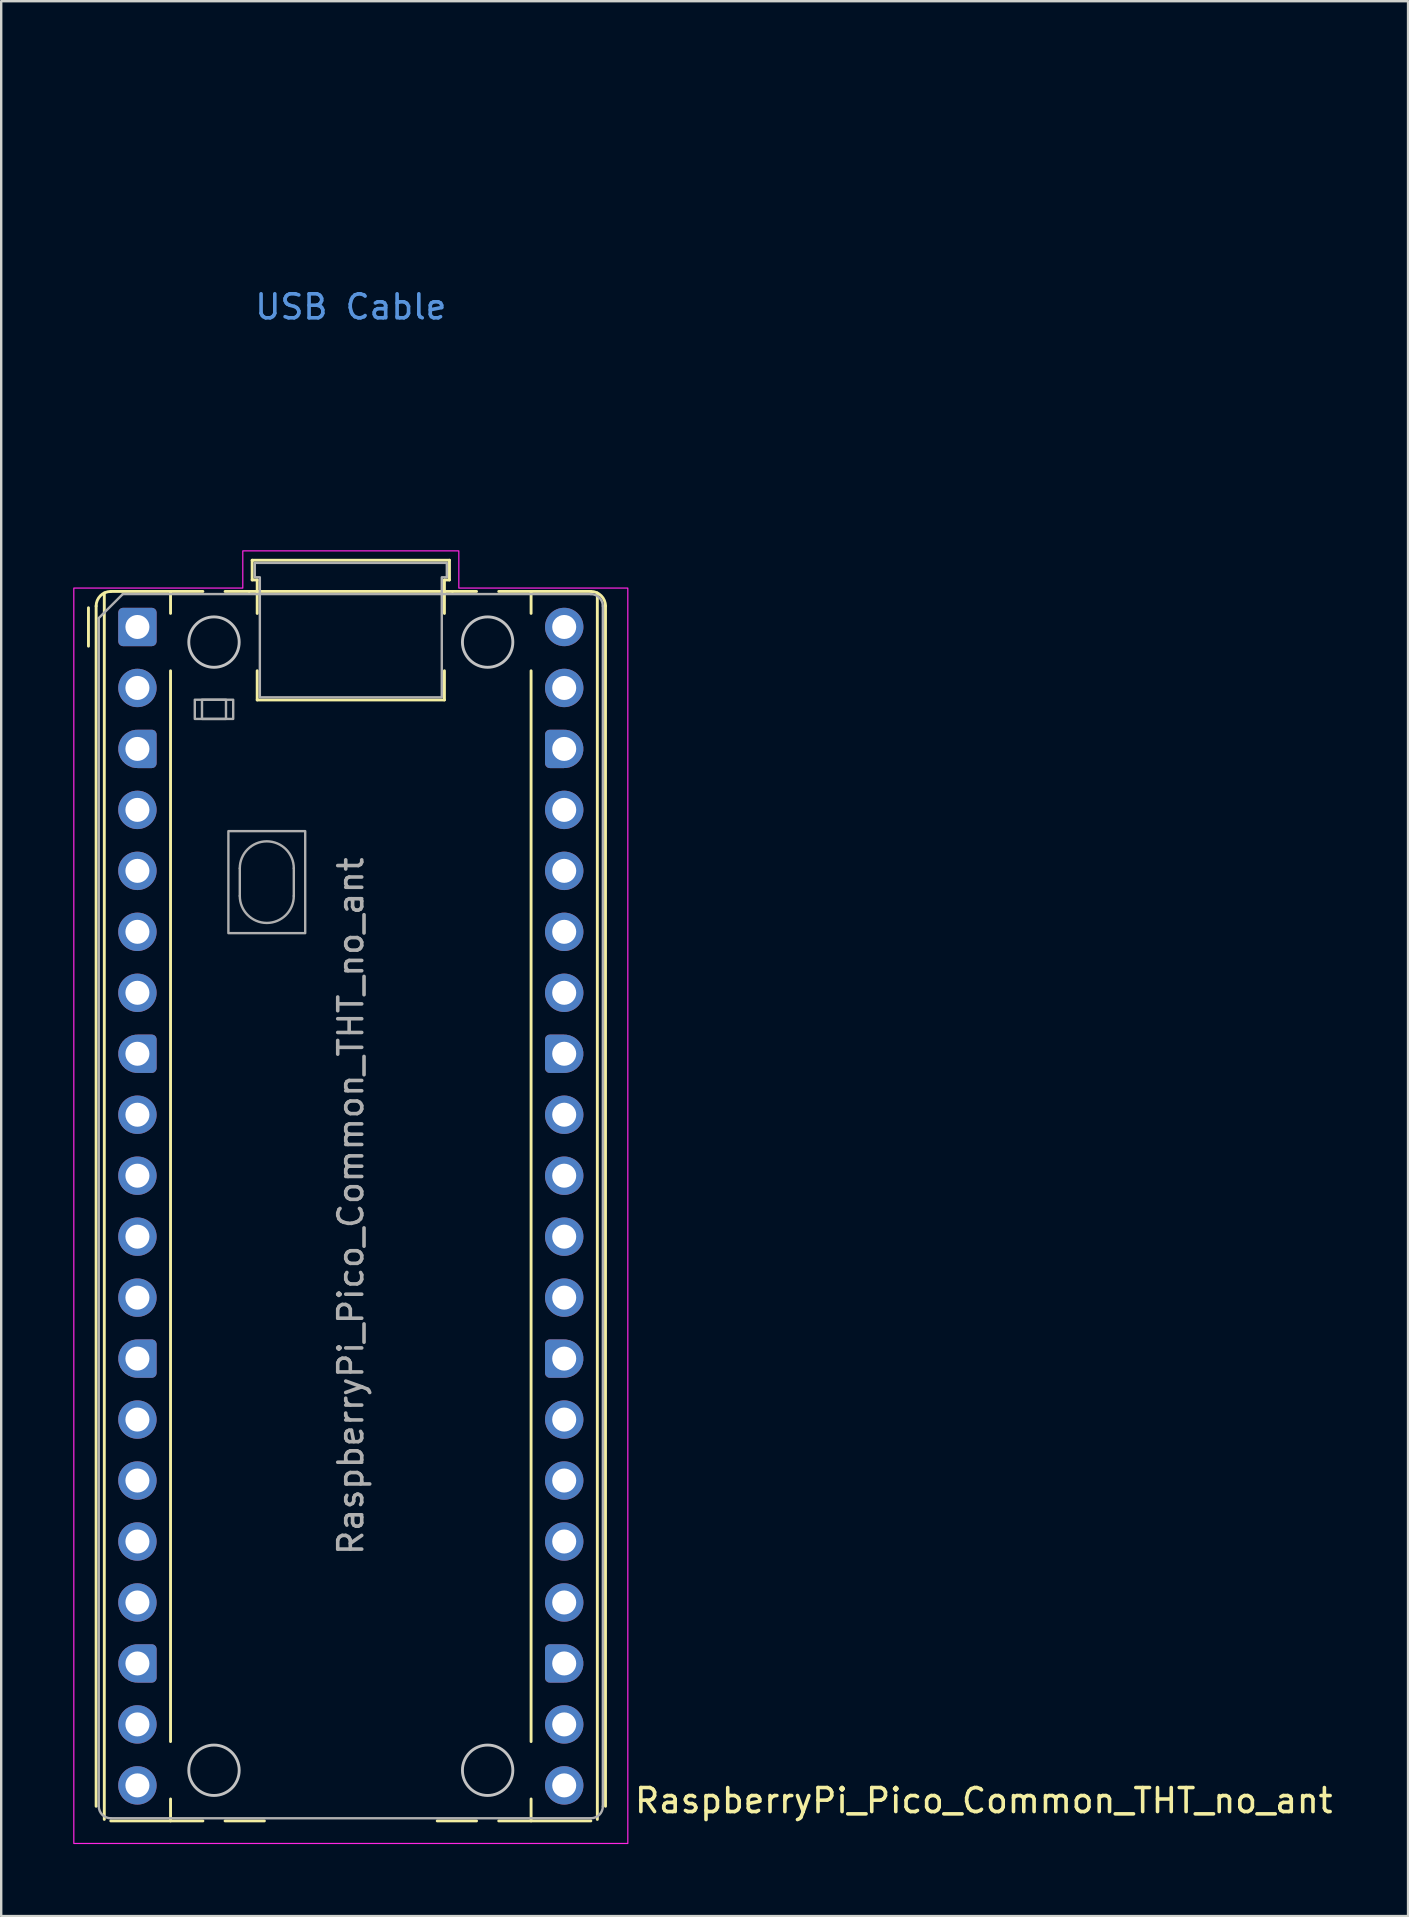
<source format=kicad_pcb>
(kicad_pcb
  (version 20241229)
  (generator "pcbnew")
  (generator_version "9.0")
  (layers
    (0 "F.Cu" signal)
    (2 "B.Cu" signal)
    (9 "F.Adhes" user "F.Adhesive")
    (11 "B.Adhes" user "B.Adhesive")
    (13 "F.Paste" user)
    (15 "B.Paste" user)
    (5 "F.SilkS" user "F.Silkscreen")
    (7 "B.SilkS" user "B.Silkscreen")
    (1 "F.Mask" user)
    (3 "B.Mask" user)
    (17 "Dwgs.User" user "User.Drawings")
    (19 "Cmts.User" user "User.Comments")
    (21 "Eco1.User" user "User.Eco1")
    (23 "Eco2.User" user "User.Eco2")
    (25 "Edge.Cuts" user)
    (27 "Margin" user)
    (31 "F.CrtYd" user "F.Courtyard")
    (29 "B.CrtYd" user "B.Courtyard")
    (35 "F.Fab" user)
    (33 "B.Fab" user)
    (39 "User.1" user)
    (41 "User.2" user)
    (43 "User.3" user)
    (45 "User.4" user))
  (footprint "RaspberryPi_Pico_Common_THT_no_ant"
    (layer "F.Cu")
    (at 2.675 23.07)
    (property "Reference" "RaspberryPi_Pico_Common_THT_no_ant" (at 20.637 48.895 0) (unlocked yes) (layer "F.SilkS") (effects (font (size 1 1) (thickness 0.15)) (justify left)))
    (attr through_hole)
    (fp_line (start -2.04 0.8) (end -2.04 -0.8) (stroke (width 0.12) (type solid)) (layer "F.SilkS"))
    (fp_line (start -1.72 -0.87) (end -1.72 49.13) (stroke (width 0.12) (type solid)) (layer "F.SilkS"))
    (fp_line (start -1.38 -1.417) (end -1.38 49.677) (stroke (width 0.12) (type solid)) (layer "F.SilkS"))
    (fp_line (start -1.11 -1.48) (end 1.38 -1.48) (stroke (width 0.12) (type solid)) (layer "F.SilkS"))
    (fp_line (start -1.11 49.74) (end 2.728 49.74) (stroke (width 0.12) (type solid)) (layer "F.SilkS"))
    (fp_line (start 1.38 -1.48) (end 1.38 -0.566) (stroke (width 0.12) (type solid)) (layer "F.SilkS"))
    (fp_line (start 1.38 -1.48) (end 2.728 -1.48) (stroke (width 0.12) (type solid)) (layer "F.SilkS"))
    (fp_line (start 1.38 1.826) (end 1.38 46.434) (stroke (width 0.12) (type solid)) (layer "F.SilkS"))
    (fp_line (start 1.38 48.826) (end 1.38 49.74) (stroke (width 0.12) (type solid)) (layer "F.SilkS"))
    (fp_line (start 3.652 -1.48) (end 4.655 -1.48) (stroke (width 0.12) (type solid)) (layer "F.SilkS"))
    (fp_line (start 4.655 -1.48) (end 13.125 -1.48) (stroke (width 0.12) (type solid)) (layer "F.SilkS"))
    (fp_line (start 4.78 -2.78) (end 4.78 -1.96) (stroke (width 0.12) (type solid)) (layer "F.SilkS"))
    (fp_line (start 4.78 -2.78) (end 13 -2.78) (stroke (width 0.12) (type solid)) (layer "F.SilkS"))
    (fp_line (start 4.78 -1.96) (end 4.99 -1.96) (stroke (width 0.12) (type solid)) (layer "F.SilkS"))
    (fp_line (start 4.99 -1.96) (end 4.99 -0.564) (stroke (width 0.12) (type solid)) (layer "F.SilkS"))
    (fp_line (start 4.99 1.824) (end 4.99 3.04) (stroke (width 0.12) (type solid)) (layer "F.SilkS"))
    (fp_line (start 5.29 49.74) (end 3.652 49.74) (stroke (width 0.12) (type solid)) (layer "F.SilkS"))
    (fp_line (start 12.79 -1.96) (end 12.79 -0.564) (stroke (width 0.12) (type solid)) (layer "F.SilkS"))
    (fp_line (start 12.79 1.824) (end 12.79 3.04) (stroke (width 0.12) (type solid)) (layer "F.SilkS"))
    (fp_line (start 12.79 3.04) (end 4.99 3.04) (stroke (width 0.12) (type solid)) (layer "F.SilkS"))
    (fp_line (start 13 -2.78) (end 13 -1.96) (stroke (width 0.12) (type solid)) (layer "F.SilkS"))
    (fp_line (start 13 -1.96) (end 12.79 -1.96) (stroke (width 0.12) (type solid)) (layer "F.SilkS"))
    (fp_line (start 13.125 -1.48) (end 14.128 -1.48) (stroke (width 0.12) (type solid)) (layer "F.SilkS"))
    (fp_line (start 14.128 49.74) (end 12.49 49.74) (stroke (width 0.12) (type solid)) (layer "F.SilkS"))
    (fp_line (start 15.052 -1.48) (end 16.4 -1.48) (stroke (width 0.12) (type solid)) (layer "F.SilkS"))
    (fp_line (start 15.052 49.74) (end 18.89 49.74) (stroke (width 0.12) (type solid)) (layer "F.SilkS"))
    (fp_line (start 16.4 -1.48) (end 16.4 -0.566) (stroke (width 0.12) (type solid)) (layer "F.SilkS"))
    (fp_line (start 16.4 1.826) (end 16.4 46.434) (stroke (width 0.12) (type solid)) (layer "F.SilkS"))
    (fp_line (start 16.4 48.826) (end 16.4 49.74) (stroke (width 0.12) (type solid)) (layer "F.SilkS"))
    (fp_line (start 18.89 -1.48) (end 16.4 -1.48) (stroke (width 0.12) (type solid)) (layer "F.SilkS"))
    (fp_line (start 19.16 49.677) (end 19.16 -1.417) (stroke (width 0.12) (type solid)) (layer "F.SilkS"))
    (fp_line (start 19.5 -0.87) (end 19.5 49.13) (stroke (width 0.12) (type solid)) (layer "F.SilkS"))
    (fp_arc (start -1.72 -0.87) (mid -1.541335 -1.301335) (end -1.11 -1.48) (stroke (width 0.12) (type solid)) (layer "F.SilkS"))
    (fp_arc (start 18.89 -1.48) (mid 19.321335 -1.301335) (end 19.5 -0.87) (stroke (width 0.12) (type solid)) (layer "F.SilkS"))
    (fp_circle (center 3.19 0.63) (end 4.24 0.63) (stroke (width 0.12) (type solid)) (fill no) (layer "Dwgs.User"))
    (fp_circle (center 3.19 47.63) (end 4.24 47.63) (stroke (width 0.12) (type solid)) (fill no) (layer "Dwgs.User"))
    (fp_circle (center 14.59 0.63) (end 15.64 0.63) (stroke (width 0.12) (type solid)) (fill no) (layer "Dwgs.User"))
    (fp_circle (center 14.59 47.63) (end 15.64 47.63) (stroke (width 0.12) (type solid)) (fill no) (layer "Dwgs.User"))
    (fp_poly (pts (xy 4.39 -3.17) (xy 13.39 -3.17) (xy 13.39 -1.62) (xy 20.43 -1.62) (xy 20.43 50.68) (xy -2.65 50.68) (xy -2.65 -1.62) (xy 4.39 -1.62)) (stroke (width 0.05) (type solid)) (fill no) (layer "F.CrtYd"))
    (fp_line (start -1.61 -0.37) (end -0.61 -1.37) (stroke (width 0.1) (type solid)) (layer "F.Fab"))
    (fp_line (start -1.61 49.13) (end -1.61 -0.37) (stroke (width 0.1) (type solid)) (layer "F.Fab"))
    (fp_line (start -0.61 -1.37) (end 18.89 -1.37) (stroke (width 0.1) (type solid)) (layer "F.Fab"))
    (fp_line (start 4.265 10.055) (end 4.265 11.205) (stroke (width 0.1) (type solid)) (layer "F.Fab"))
    (fp_line (start 6.515 10.055) (end 6.515 11.205) (stroke (width 0.1) (type solid)) (layer "F.Fab"))
    (fp_line (start 18.89 49.63) (end -1.11 49.63) (stroke (width 0.1) (type solid)) (layer "F.Fab"))
    (fp_line (start 19.39 -0.87) (end 19.39 49.13) (stroke (width 0.1) (type solid)) (layer "F.Fab"))
    (fp_rect (start 2.39 3.03) (end 3.99 3.83) (stroke (width 0.1) (type solid)) (fill no) (layer "F.Fab"))
    (fp_rect (start 2.69 3.03) (end 3.69 3.83) (stroke (width 0.1) (type solid)) (fill no) (layer "F.Fab"))
    (fp_rect (start 3.79 8.505) (end 6.99 12.755) (stroke (width 0.1) (type solid)) (fill no) (layer "F.Fab"))
    (fp_arc (start -1.11 49.63) (mid -1.463553 49.483553) (end -1.61 49.13) (stroke (width 0.1) (type solid)) (layer "F.Fab"))
    (fp_arc (start 4.265 10.055) (mid 5.39 8.93) (end 6.515 10.055) (stroke (width 0.1) (type solid)) (layer "F.Fab"))
    (fp_arc (start 6.515 11.205) (mid 5.39 12.33) (end 4.265 11.205) (stroke (width 0.1) (type solid)) (layer "F.Fab"))
    (fp_arc (start 18.89 -1.37) (mid 19.243553 -1.223553) (end 19.39 -0.87) (stroke (width 0.1) (type solid)) (layer "F.Fab"))
    (fp_arc (start 19.39 49.13) (mid 19.243553 49.483553) (end 18.89 49.63) (stroke (width 0.1) (type solid)) (layer "F.Fab"))
    (fp_poly (pts (xy 12.68 2.93) (xy 12.68 -2.07) (xy 12.89 -2.07) (xy 12.89 -2.67) (xy 4.89 -2.67) (xy 4.89 -2.07) (xy 5.1 -2.07) (xy 5.1 2.93)) (stroke (width 0.1) (type solid)) (fill no) (layer "F.Fab"))
    (fp_text user "USB Cable" (at 8.89 -13.335 0) (unlocked yes) (layer "Cmts.User") (effects (font (size 1 1) (thickness 0.15))))
    (fp_text user "${REFERENCE}" (at 8.89 24.13 90) (layer "F.Fab") (effects (font (size 1 1) (thickness 0.15))))
    (pad "1" thru_hole roundrect (at 0 0) (size 1.6 1.6) (drill 1) (layers "*.Cu" "*.Mask") (roundrect_rratio 0.125))
    (pad "2" thru_hole circle (at 0 2.54) (size 1.6 1.6) (drill 1) (layers "*.Cu" "*.Mask"))
    (pad "3" thru_hole custom (at 0 5.08) (size 1.6 1.6) (drill 1) (layers "*.Cu" "*.Mask") (options (anchor circle)) (primitives (gr_poly (pts (xy 0.8 0.6) (xy 0.8 -0.6) (xy 0.6 -0.8) (xy 0 -0.8) (xy 0 0.8) (xy 0.6 0.8)) (width 0) (fill yes)) (gr_circle (center 0.6 0.6) (end 0.8 0.6) (width 0) (fill yes)) (gr_circle (center 0.6 -0.6) (end 0.8 -0.6) (width 0) (fill yes))))
    (pad "4" thru_hole circle (at 0 7.62) (size 1.6 1.6) (drill 1) (layers "*.Cu" "*.Mask"))
    (pad "5" thru_hole circle (at 0 10.16) (size 1.6 1.6) (drill 1) (layers "*.Cu" "*.Mask"))
    (pad "6" thru_hole circle (at 0 12.7) (size 1.6 1.6) (drill 1) (layers "*.Cu" "*.Mask"))
    (pad "7" thru_hole circle (at 0 15.24) (size 1.6 1.6) (drill 1) (layers "*.Cu" "*.Mask"))
    (pad "8" thru_hole custom (at 0 17.78) (size 1.6 1.6) (drill 1) (layers "*.Cu" "*.Mask") (options (anchor circle)) (primitives (gr_poly (pts (xy 0.8 0.6) (xy 0.8 -0.6) (xy 0.6 -0.8) (xy 0 -0.8) (xy 0 0.8) (xy 0.6 0.8)) (width 0) (fill yes)) (gr_circle (center 0.6 0.6) (end 0.8 0.6) (width 0) (fill yes)) (gr_circle (center 0.6 -0.6) (end 0.8 -0.6) (width 0) (fill yes))))
    (pad "9" thru_hole circle (at 0 20.32) (size 1.6 1.6) (drill 1) (layers "*.Cu" "*.Mask"))
    (pad "10" thru_hole circle (at 0 22.86) (size 1.6 1.6) (drill 1) (layers "*.Cu" "*.Mask"))
    (pad "11" thru_hole circle (at 0 25.4) (size 1.6 1.6) (drill 1) (layers "*.Cu" "*.Mask"))
    (pad "12" thru_hole circle (at 0 27.94) (size 1.6 1.6) (drill 1) (layers "*.Cu" "*.Mask"))
    (pad "13" thru_hole custom (at 0 30.48) (size 1.6 1.6) (drill 1) (layers "*.Cu" "*.Mask") (options (anchor circle)) (primitives (gr_poly (pts (xy 0.8 0.6) (xy 0.8 -0.6) (xy 0.6 -0.8) (xy 0 -0.8) (xy 0 0.8) (xy 0.6 0.8)) (width 0) (fill yes)) (gr_circle (center 0.6 0.6) (end 0.8 0.6) (width 0) (fill yes)) (gr_circle (center 0.6 -0.6) (end 0.8 -0.6) (width 0) (fill yes))))
    (pad "14" thru_hole circle (at 0 33.02) (size 1.6 1.6) (drill 1) (layers "*.Cu" "*.Mask"))
    (pad "15" thru_hole circle (at 0 35.56) (size 1.6 1.6) (drill 1) (layers "*.Cu" "*.Mask"))
    (pad "16" thru_hole circle (at 0 38.1) (size 1.6 1.6) (drill 1) (layers "*.Cu" "*.Mask"))
    (pad "17" thru_hole circle (at 0 40.64) (size 1.6 1.6) (drill 1) (layers "*.Cu" "*.Mask"))
    (pad "18" thru_hole custom (at 0 43.18) (size 1.6 1.6) (drill 1) (layers "*.Cu" "*.Mask") (options (anchor circle)) (primitives (gr_poly (pts (xy 0.8 0.6) (xy 0.8 -0.6) (xy 0.6 -0.8) (xy 0 -0.8) (xy 0 0.8) (xy 0.6 0.8)) (width 0) (fill yes)) (gr_circle (center 0.6 0.6) (end 0.8 0.6) (width 0) (fill yes)) (gr_circle (center 0.6 -0.6) (end 0.8 -0.6) (width 0) (fill yes))))
    (pad "19" thru_hole circle (at 0 45.72) (size 1.6 1.6) (drill 1) (layers "*.Cu" "*.Mask"))
    (pad "20" thru_hole circle (at 0 48.26) (size 1.6 1.6) (drill 1) (layers "*.Cu" "*.Mask"))
    (pad "21" thru_hole circle (at 17.78 48.26) (size 1.6 1.6) (drill 1) (layers "*.Cu" "*.Mask"))
    (pad "22" thru_hole circle (at 17.78 45.72) (size 1.6 1.6) (drill 1) (layers "*.Cu" "*.Mask"))
    (pad "23" thru_hole custom (at 17.78 43.18) (size 1.6 1.6) (drill 1) (layers "*.Cu" "*.Mask") (options (anchor circle)) (primitives (gr_poly (pts (xy -0.8 0.6) (xy -0.8 -0.6) (xy -0.6 -0.8) (xy 0 -0.8) (xy 0 0.8) (xy -0.6 0.8)) (width 0) (fill yes)) (gr_circle (center -0.6 0.6) (end -0.4 0.6) (width 0) (fill yes)) (gr_circle (center -0.6 -0.6) (end -0.4 -0.6) (width 0) (fill yes))))
    (pad "24" thru_hole circle (at 17.78 40.64) (size 1.6 1.6) (drill 1) (layers "*.Cu" "*.Mask"))
    (pad "25" thru_hole circle (at 17.78 38.1) (size 1.6 1.6) (drill 1) (layers "*.Cu" "*.Mask"))
    (pad "26" thru_hole circle (at 17.78 35.56) (size 1.6 1.6) (drill 1) (layers "*.Cu" "*.Mask"))
    (pad "27" thru_hole circle (at 17.78 33.02) (size 1.6 1.6) (drill 1) (layers "*.Cu" "*.Mask"))
    (pad "28" thru_hole custom (at 17.78 30.48) (size 1.6 1.6) (drill 1) (layers "*.Cu" "*.Mask") (options (anchor circle)) (primitives (gr_poly (pts (xy -0.8 0.6) (xy -0.8 -0.6) (xy -0.6 -0.8) (xy 0 -0.8) (xy 0 0.8) (xy -0.6 0.8)) (width 0) (fill yes)) (gr_circle (center -0.6 0.6) (end -0.4 0.6) (width 0) (fill yes)) (gr_circle (center -0.6 -0.6) (end -0.4 -0.6) (width 0) (fill yes))))
    (pad "29" thru_hole circle (at 17.78 27.94) (size 1.6 1.6) (drill 1) (layers "*.Cu" "*.Mask"))
    (pad "30" thru_hole circle (at 17.78 25.4) (size 1.6 1.6) (drill 1) (layers "*.Cu" "*.Mask"))
    (pad "31" thru_hole circle (at 17.78 22.86) (size 1.6 1.6) (drill 1) (layers "*.Cu" "*.Mask"))
    (pad "32" thru_hole circle (at 17.78 20.32) (size 1.6 1.6) (drill 1) (layers "*.Cu" "*.Mask"))
    (pad "33" thru_hole custom (at 17.78 17.78) (size 1.6 1.6) (drill 1) (layers "*.Cu" "*.Mask") (options (anchor circle)) (primitives (gr_poly (pts (xy -0.8 0.6) (xy -0.8 -0.6) (xy -0.6 -0.8) (xy 0 -0.8) (xy 0 0.8) (xy -0.6 0.8)) (width 0) (fill yes)) (gr_circle (center -0.6 0.6) (end -0.4 0.6) (width 0) (fill yes)) (gr_circle (center -0.6 -0.6) (end -0.4 -0.6) (width 0) (fill yes))))
    (pad "34" thru_hole circle (at 17.78 15.24) (size 1.6 1.6) (drill 1) (layers "*.Cu" "*.Mask"))
    (pad "35" thru_hole circle (at 17.78 12.7) (size 1.6 1.6) (drill 1) (layers "*.Cu" "*.Mask"))
    (pad "36" thru_hole circle (at 17.78 10.16) (size 1.6 1.6) (drill 1) (layers "*.Cu" "*.Mask"))
    (pad "37" thru_hole circle (at 17.78 7.62) (size 1.6 1.6) (drill 1) (layers "*.Cu" "*.Mask"))
    (pad "38" thru_hole custom (at 17.78 5.08) (size 1.6 1.6) (drill 1) (layers "*.Cu" "*.Mask") (options (anchor circle)) (primitives (gr_poly (pts (xy -0.8 0.6) (xy -0.8 -0.6) (xy -0.6 -0.8) (xy 0 -0.8) (xy 0 0.8) (xy -0.6 0.8)) (width 0) (fill yes)) (gr_circle (center -0.6 0.6) (end -0.4 0.6) (width 0) (fill yes)) (gr_circle (center -0.6 -0.6) (end -0.4 -0.6) (width 0) (fill yes))))
    (pad "39" thru_hole circle (at 17.78 2.54) (size 1.6 1.6) (drill 1) (layers "*.Cu" "*.Mask"))
    (pad "40" thru_hole circle (at 17.78 0) (size 1.6 1.6) (drill 1) (layers "*.Cu" "*.Mask"))
    (zone (net_name "") (layer "F.CrtYd") (name "USB Cable") (hatch edge 0.5) (connect_pads) (min_thickness 0.254) (filled_areas_thickness no) (keepout (tracks allowed) (vias allowed) (pads allowed) (copperpour allowed) (footprints allowed)) (placement (enabled no)) (fill) (polygon (pts (xy 5.815 19.5) (xy 7.625 19.5) (xy 7.625 19.9) (xy 15.505 19.9) (xy 15.505 19.5) (xy 17.315 19.5) (xy 17.315 0) (xy 5.815 0)))))
  (gr_rect
    (start -3 -3)
    (end 55.61 76.775)
    (stroke (width 0.1) (type default))
    (fill no)
    (layer "Edge.Cuts")))
</source>
